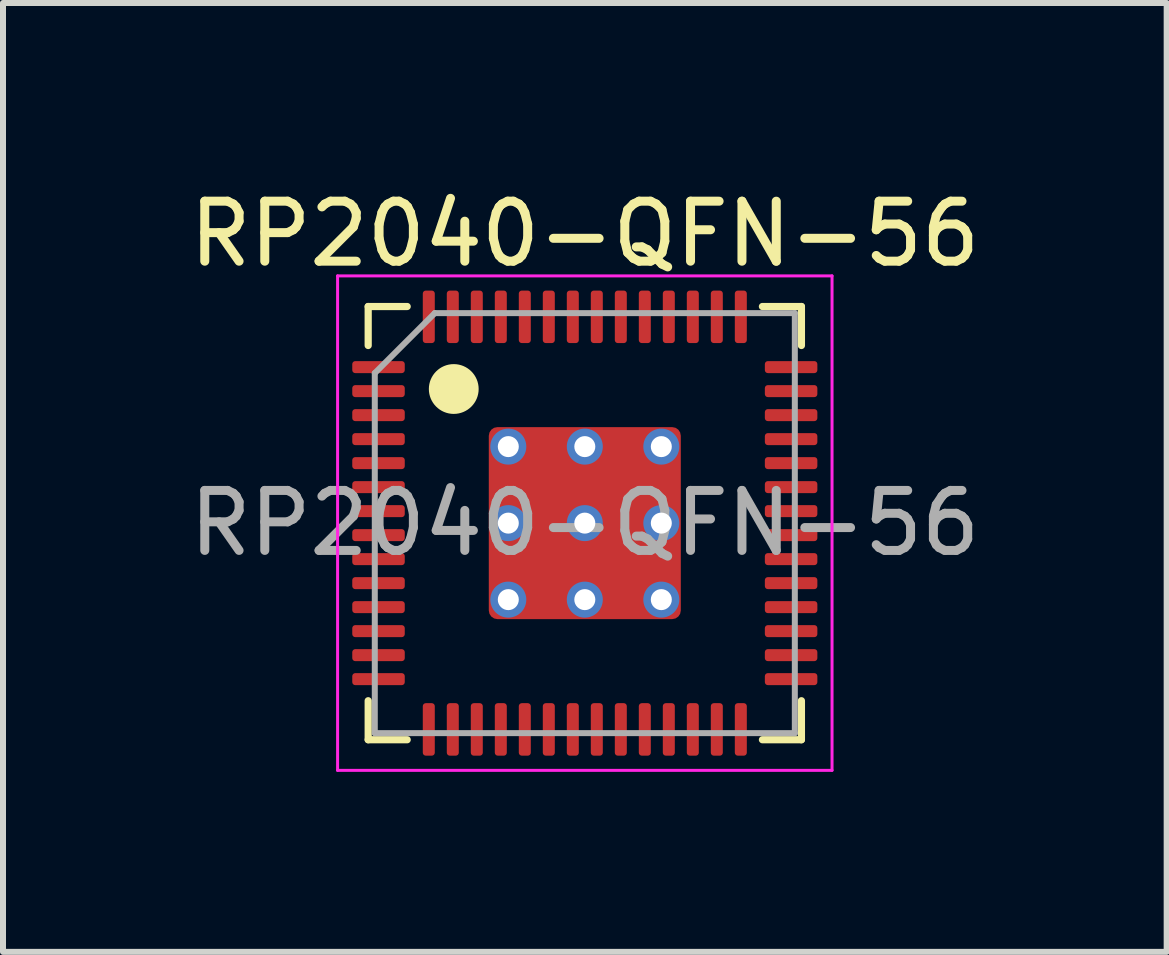
<source format=kicad_pcb>
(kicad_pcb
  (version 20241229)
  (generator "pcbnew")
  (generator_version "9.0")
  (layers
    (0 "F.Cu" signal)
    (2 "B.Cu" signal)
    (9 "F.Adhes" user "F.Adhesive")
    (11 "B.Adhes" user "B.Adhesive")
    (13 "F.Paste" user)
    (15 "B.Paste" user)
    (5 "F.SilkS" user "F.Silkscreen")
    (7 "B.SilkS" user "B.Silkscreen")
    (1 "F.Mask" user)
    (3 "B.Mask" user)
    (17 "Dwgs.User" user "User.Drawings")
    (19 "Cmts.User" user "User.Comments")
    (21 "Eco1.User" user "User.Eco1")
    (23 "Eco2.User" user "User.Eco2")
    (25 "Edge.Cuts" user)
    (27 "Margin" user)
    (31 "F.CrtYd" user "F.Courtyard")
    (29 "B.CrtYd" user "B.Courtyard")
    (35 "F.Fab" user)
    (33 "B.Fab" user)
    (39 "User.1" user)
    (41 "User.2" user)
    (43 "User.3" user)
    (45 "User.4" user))
  (footprint "RP2040-QFN-56"
    (layer "F.Cu")
    (at 6.696 5.668)
    (property "Reference" "RP2040-QFN-56" (at 0 -4.82 0) (layer "F.SilkS") (effects (font (size 1 1) (thickness 0.15))))
    (attr smd)
    (fp_line (start -3.61 -3.61) (end -3.61 -2.96) (stroke (width 0.12) (type solid)) (layer "F.SilkS"))
    (fp_line (start -3.61 3.61) (end -3.61 2.96) (stroke (width 0.12) (type solid)) (layer "F.SilkS"))
    (fp_line (start -2.96 -3.61) (end -3.61 -3.61) (stroke (width 0.12) (type solid)) (layer "F.SilkS"))
    (fp_line (start -2.96 3.61) (end -3.61 3.61) (stroke (width 0.12) (type solid)) (layer "F.SilkS"))
    (fp_line (start 2.96 -3.61) (end 3.61 -3.61) (stroke (width 0.12) (type solid)) (layer "F.SilkS"))
    (fp_line (start 2.96 3.61) (end 3.61 3.61) (stroke (width 0.12) (type solid)) (layer "F.SilkS"))
    (fp_line (start 3.61 -3.61) (end 3.61 -2.96) (stroke (width 0.12) (type solid)) (layer "F.SilkS"))
    (fp_line (start 3.61 3.61) (end 3.61 2.96) (stroke (width 0.12) (type solid)) (layer "F.SilkS"))
    (fp_circle (center -2.184 -2.235) (end -1.829 -2.235) (stroke (width 0.12) (type solid)) (fill yes) (layer "F.SilkS"))
    (fp_line (start -4.12 -4.12) (end -4.12 4.12) (stroke (width 0.05) (type solid)) (layer "F.CrtYd"))
    (fp_line (start -4.12 4.12) (end 4.12 4.12) (stroke (width 0.05) (type solid)) (layer "F.CrtYd"))
    (fp_line (start 4.12 -4.12) (end -4.12 -4.12) (stroke (width 0.05) (type solid)) (layer "F.CrtYd"))
    (fp_line (start 4.12 4.12) (end 4.12 -4.12) (stroke (width 0.05) (type solid)) (layer "F.CrtYd"))
    (fp_line (start -3.5 -2.5) (end -2.5 -3.5) (stroke (width 0.1) (type solid)) (layer "F.Fab"))
    (fp_line (start -3.5 3.5) (end -3.5 -2.5) (stroke (width 0.1) (type solid)) (layer "F.Fab"))
    (fp_line (start -2.5 -3.5) (end 3.5 -3.5) (stroke (width 0.1) (type solid)) (layer "F.Fab"))
    (fp_line (start 3.5 -3.5) (end 3.5 3.5) (stroke (width 0.1) (type solid)) (layer "F.Fab"))
    (fp_line (start 3.5 3.5) (end -3.5 3.5) (stroke (width 0.1) (type solid)) (layer "F.Fab"))
    (fp_text user "${REFERENCE}" (at 0 0 0) (layer "F.Fab") (effects (font (size 1 1) (thickness 0.15))))
    (pad "" smd roundrect (at -0.637 -0.637) (size 1.084 1.084) (layers "F.Paste") (roundrect_rratio 0.231))
    (pad "" smd roundrect (at -0.637 0.637) (size 1.084 1.084) (layers "F.Paste") (roundrect_rratio 0.231))
    (pad "" smd roundrect (at 0.637 -0.637) (size 1.084 1.084) (layers "F.Paste") (roundrect_rratio 0.231))
    (pad "" smd roundrect (at 0.637 0.637) (size 1.084 1.084) (layers "F.Paste") (roundrect_rratio 0.231))
    (pad "1" smd roundrect (at -3.438 -2.6) (size 0.875 0.2) (layers "F.Cu" "F.Mask" "F.Paste") (roundrect_rratio 0.25))
    (pad "2" smd roundrect (at -3.438 -2.2) (size 0.875 0.2) (layers "F.Cu" "F.Mask" "F.Paste") (roundrect_rratio 0.25))
    (pad "3" smd roundrect (at -3.438 -1.8) (size 0.875 0.2) (layers "F.Cu" "F.Mask" "F.Paste") (roundrect_rratio 0.25))
    (pad "4" smd roundrect (at -3.438 -1.4) (size 0.875 0.2) (layers "F.Cu" "F.Mask" "F.Paste") (roundrect_rratio 0.25))
    (pad "5" smd roundrect (at -3.438 -1) (size 0.875 0.2) (layers "F.Cu" "F.Mask" "F.Paste") (roundrect_rratio 0.25))
    (pad "6" smd roundrect (at -3.438 -0.6) (size 0.875 0.2) (layers "F.Cu" "F.Mask" "F.Paste") (roundrect_rratio 0.25))
    (pad "7" smd roundrect (at -3.438 -0.2) (size 0.875 0.2) (layers "F.Cu" "F.Mask" "F.Paste") (roundrect_rratio 0.25))
    (pad "8" smd roundrect (at -3.438 0.2) (size 0.875 0.2) (layers "F.Cu" "F.Mask" "F.Paste") (roundrect_rratio 0.25))
    (pad "9" smd roundrect (at -3.438 0.6) (size 0.875 0.2) (layers "F.Cu" "F.Mask" "F.Paste") (roundrect_rratio 0.25))
    (pad "10" smd roundrect (at -3.438 1) (size 0.875 0.2) (layers "F.Cu" "F.Mask" "F.Paste") (roundrect_rratio 0.25))
    (pad "11" smd roundrect (at -3.438 1.4) (size 0.875 0.2) (layers "F.Cu" "F.Mask" "F.Paste") (roundrect_rratio 0.25))
    (pad "12" smd roundrect (at -3.438 1.8) (size 0.875 0.2) (layers "F.Cu" "F.Mask" "F.Paste") (roundrect_rratio 0.25))
    (pad "13" smd roundrect (at -3.438 2.2) (size 0.875 0.2) (layers "F.Cu" "F.Mask" "F.Paste") (roundrect_rratio 0.25))
    (pad "14" smd roundrect (at -3.438 2.6) (size 0.875 0.2) (layers "F.Cu" "F.Mask" "F.Paste") (roundrect_rratio 0.25))
    (pad "15" smd roundrect (at -2.6 3.438) (size 0.2 0.875) (layers "F.Cu" "F.Mask" "F.Paste") (roundrect_rratio 0.25))
    (pad "16" smd roundrect (at -2.2 3.438) (size 0.2 0.875) (layers "F.Cu" "F.Mask" "F.Paste") (roundrect_rratio 0.25))
    (pad "17" smd roundrect (at -1.8 3.438) (size 0.2 0.875) (layers "F.Cu" "F.Mask" "F.Paste") (roundrect_rratio 0.25))
    (pad "18" smd roundrect (at -1.4 3.438) (size 0.2 0.875) (layers "F.Cu" "F.Mask" "F.Paste") (roundrect_rratio 0.25))
    (pad "19" smd roundrect (at -1 3.438) (size 0.2 0.875) (layers "F.Cu" "F.Mask" "F.Paste") (roundrect_rratio 0.25))
    (pad "20" smd roundrect (at -0.6 3.438) (size 0.2 0.875) (layers "F.Cu" "F.Mask" "F.Paste") (roundrect_rratio 0.25))
    (pad "21" smd roundrect (at -0.2 3.438) (size 0.2 0.875) (layers "F.Cu" "F.Mask" "F.Paste") (roundrect_rratio 0.25))
    (pad "22" smd roundrect (at 0.2 3.438) (size 0.2 0.875) (layers "F.Cu" "F.Mask" "F.Paste") (roundrect_rratio 0.25))
    (pad "23" smd roundrect (at 0.6 3.438) (size 0.2 0.875) (layers "F.Cu" "F.Mask" "F.Paste") (roundrect_rratio 0.25))
    (pad "24" smd roundrect (at 1 3.438) (size 0.2 0.875) (layers "F.Cu" "F.Mask" "F.Paste") (roundrect_rratio 0.25))
    (pad "25" smd roundrect (at 1.4 3.438) (size 0.2 0.875) (layers "F.Cu" "F.Mask" "F.Paste") (roundrect_rratio 0.25))
    (pad "26" smd roundrect (at 1.8 3.438) (size 0.2 0.875) (layers "F.Cu" "F.Mask" "F.Paste") (roundrect_rratio 0.25))
    (pad "27" smd roundrect (at 2.2 3.438) (size 0.2 0.875) (layers "F.Cu" "F.Mask" "F.Paste") (roundrect_rratio 0.25))
    (pad "28" smd roundrect (at 2.6 3.438) (size 0.2 0.875) (layers "F.Cu" "F.Mask" "F.Paste") (roundrect_rratio 0.25))
    (pad "29" smd roundrect (at 3.438 2.6) (size 0.875 0.2) (layers "F.Cu" "F.Mask" "F.Paste") (roundrect_rratio 0.25))
    (pad "30" smd roundrect (at 3.438 2.2) (size 0.875 0.2) (layers "F.Cu" "F.Mask" "F.Paste") (roundrect_rratio 0.25))
    (pad "31" smd roundrect (at 3.438 1.8) (size 0.875 0.2) (layers "F.Cu" "F.Mask" "F.Paste") (roundrect_rratio 0.25))
    (pad "32" smd roundrect (at 3.438 1.4) (size 0.875 0.2) (layers "F.Cu" "F.Mask" "F.Paste") (roundrect_rratio 0.25))
    (pad "33" smd roundrect (at 3.438 1) (size 0.875 0.2) (layers "F.Cu" "F.Mask" "F.Paste") (roundrect_rratio 0.25))
    (pad "34" smd roundrect (at 3.438 0.6) (size 0.875 0.2) (layers "F.Cu" "F.Mask" "F.Paste") (roundrect_rratio 0.25))
    (pad "35" smd roundrect (at 3.438 0.2) (size 0.875 0.2) (layers "F.Cu" "F.Mask" "F.Paste") (roundrect_rratio 0.25))
    (pad "36" smd roundrect (at 3.438 -0.2) (size 0.875 0.2) (layers "F.Cu" "F.Mask" "F.Paste") (roundrect_rratio 0.25))
    (pad "37" smd roundrect (at 3.438 -0.6) (size 0.875 0.2) (layers "F.Cu" "F.Mask" "F.Paste") (roundrect_rratio 0.25))
    (pad "38" smd roundrect (at 3.438 -1) (size 0.875 0.2) (layers "F.Cu" "F.Mask" "F.Paste") (roundrect_rratio 0.25))
    (pad "39" smd roundrect (at 3.438 -1.4) (size 0.875 0.2) (layers "F.Cu" "F.Mask" "F.Paste") (roundrect_rratio 0.25))
    (pad "40" smd roundrect (at 3.438 -1.8) (size 0.875 0.2) (layers "F.Cu" "F.Mask" "F.Paste") (roundrect_rratio 0.25))
    (pad "41" smd roundrect (at 3.438 -2.2) (size 0.875 0.2) (layers "F.Cu" "F.Mask" "F.Paste") (roundrect_rratio 0.25))
    (pad "42" smd roundrect (at 3.438 -2.6) (size 0.875 0.2) (layers "F.Cu" "F.Mask" "F.Paste") (roundrect_rratio 0.25))
    (pad "43" smd roundrect (at 2.6 -3.438) (size 0.2 0.875) (layers "F.Cu" "F.Mask" "F.Paste") (roundrect_rratio 0.25))
    (pad "44" smd roundrect (at 2.2 -3.438) (size 0.2 0.875) (layers "F.Cu" "F.Mask" "F.Paste") (roundrect_rratio 0.25))
    (pad "45" smd roundrect (at 1.8 -3.438) (size 0.2 0.875) (layers "F.Cu" "F.Mask" "F.Paste") (roundrect_rratio 0.25))
    (pad "46" smd roundrect (at 1.4 -3.438) (size 0.2 0.875) (layers "F.Cu" "F.Mask" "F.Paste") (roundrect_rratio 0.25))
    (pad "47" smd roundrect (at 1 -3.438) (size 0.2 0.875) (layers "F.Cu" "F.Mask" "F.Paste") (roundrect_rratio 0.25))
    (pad "48" smd roundrect (at 0.6 -3.438) (size 0.2 0.875) (layers "F.Cu" "F.Mask" "F.Paste") (roundrect_rratio 0.25))
    (pad "49" smd roundrect (at 0.2 -3.438) (size 0.2 0.875) (layers "F.Cu" "F.Mask" "F.Paste") (roundrect_rratio 0.25))
    (pad "50" smd roundrect (at -0.2 -3.438) (size 0.2 0.875) (layers "F.Cu" "F.Mask" "F.Paste") (roundrect_rratio 0.25))
    (pad "51" smd roundrect (at -0.6 -3.438) (size 0.2 0.875) (layers "F.Cu" "F.Mask" "F.Paste") (roundrect_rratio 0.25))
    (pad "52" smd roundrect (at -1 -3.438) (size 0.2 0.875) (layers "F.Cu" "F.Mask" "F.Paste") (roundrect_rratio 0.25))
    (pad "53" smd roundrect (at -1.4 -3.438) (size 0.2 0.875) (layers "F.Cu" "F.Mask" "F.Paste") (roundrect_rratio 0.25))
    (pad "54" smd roundrect (at -1.8 -3.438) (size 0.2 0.875) (layers "F.Cu" "F.Mask" "F.Paste") (roundrect_rratio 0.25))
    (pad "55" smd roundrect (at -2.2 -3.438) (size 0.2 0.875) (layers "F.Cu" "F.Mask" "F.Paste") (roundrect_rratio 0.25))
    (pad "56" smd roundrect (at -2.6 -3.438) (size 0.2 0.875) (layers "F.Cu" "F.Mask" "F.Paste") (roundrect_rratio 0.25))
    (pad "57" thru_hole circle (at -1.275 -1.275) (size 0.6 0.6) (drill 0.35) (layers "*.Cu"))
    (pad "57" thru_hole circle (at -1.275 0) (size 0.6 0.6) (drill 0.35) (layers "*.Cu"))
    (pad "57" thru_hole circle (at -1.275 1.275) (size 0.6 0.6) (drill 0.35) (layers "*.Cu"))
    (pad "57" thru_hole circle (at 0 -1.275) (size 0.6 0.6) (drill 0.35) (layers "*.Cu"))
    (pad "57" thru_hole circle (at 0 0) (size 0.6 0.6) (drill 0.35) (layers "*.Cu"))
    (pad "57" smd roundrect (at 0 0) (size 3.2 3.2) (layers "F.Cu" "F.Mask") (roundrect_rratio 0.045))
    (pad "57" thru_hole circle (at 0 1.275) (size 0.6 0.6) (drill 0.35) (layers "*.Cu"))
    (pad "57" thru_hole circle (at 1.275 -1.275) (size 0.6 0.6) (drill 0.35) (layers "*.Cu"))
    (pad "57" thru_hole circle (at 1.275 0) (size 0.6 0.6) (drill 0.35) (layers "*.Cu"))
    (pad "57" thru_hole circle (at 1.275 1.275) (size 0.6 0.6) (drill 0.35) (layers "*.Cu")))
  (gr_rect
    (start -3 -3)
    (end 16.393 12.813)
    (stroke (width 0.1) (type default))
    (fill no)
    (layer "Edge.Cuts")))
</source>
